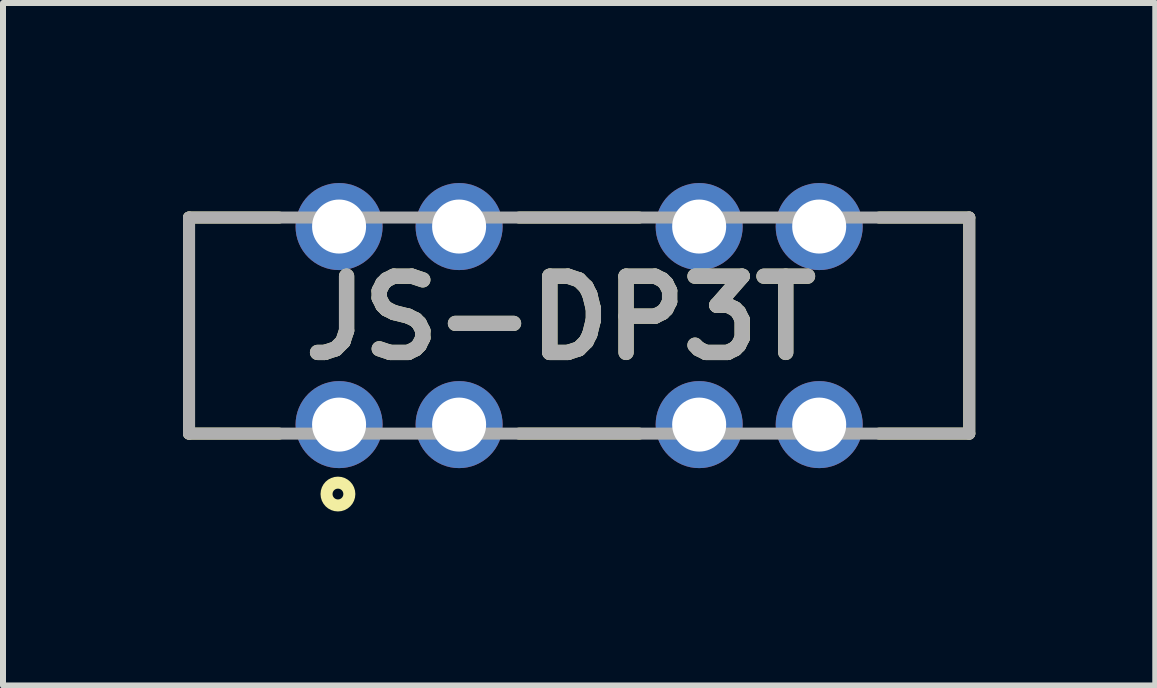
<source format=kicad_pcb>
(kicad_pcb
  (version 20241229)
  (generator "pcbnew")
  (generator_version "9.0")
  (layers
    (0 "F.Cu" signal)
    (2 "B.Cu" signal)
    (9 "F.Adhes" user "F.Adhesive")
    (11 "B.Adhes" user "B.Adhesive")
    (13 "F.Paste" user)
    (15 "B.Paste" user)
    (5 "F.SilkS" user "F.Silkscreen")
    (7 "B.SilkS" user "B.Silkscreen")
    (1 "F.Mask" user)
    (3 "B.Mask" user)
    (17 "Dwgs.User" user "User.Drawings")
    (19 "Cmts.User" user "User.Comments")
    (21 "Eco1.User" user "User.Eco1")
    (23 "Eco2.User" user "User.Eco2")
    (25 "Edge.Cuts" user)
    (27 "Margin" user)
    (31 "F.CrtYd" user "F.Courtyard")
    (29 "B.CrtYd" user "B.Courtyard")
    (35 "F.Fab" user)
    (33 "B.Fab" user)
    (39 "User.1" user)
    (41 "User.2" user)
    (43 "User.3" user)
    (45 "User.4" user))
  (footprint "JS-DP3T"
    (layer "F.Cu")
    (at 6.6 2.375)
    (property "Reference" "JS-DP3T" (at -0.307 -0.127 0) (layer "F.SilkS") (effects (font (size 1.27 1.27) (thickness 0.254))))
    (attr through_hole)
    (fp_line (start -6.5 -1.8) (end -6.5 1.8) (stroke (width 0.2) (type solid)) (layer "F.SilkS"))
    (fp_line (start -6.5 -1.8) (end -5 -1.8) (stroke (width 0.2) (type solid)) (layer "F.SilkS"))
    (fp_line (start -6.5 1.8) (end -5 1.8) (stroke (width 0.2) (type solid)) (layer "F.SilkS"))
    (fp_line (start -1 -1.8) (end 1 -1.8) (stroke (width 0.2) (type solid)) (layer "F.SilkS"))
    (fp_line (start -1 1.8) (end 1 1.8) (stroke (width 0.2) (type solid)) (layer "F.SilkS"))
    (fp_line (start 6.5 -1.8) (end 5 -1.8) (stroke (width 0.2) (type solid)) (layer "F.SilkS"))
    (fp_line (start 6.5 1.8) (end 5 1.8) (stroke (width 0.2) (type solid)) (layer "F.SilkS"))
    (fp_line (start 6.5 1.8) (end 6.5 -1.8) (stroke (width 0.2) (type solid)) (layer "F.SilkS"))
    (fp_circle (center -4.019 2.807) (end -4.019 2.897) (stroke (width 0.2) (type solid)) (fill no) (layer "F.SilkS"))
    (fp_line (start -6.5 -1.8) (end 6.5 -1.8) (stroke (width 0.2) (type solid)) (layer "F.Fab"))
    (fp_line (start -6.5 1.8) (end -6.5 -1.8) (stroke (width 0.2) (type solid)) (layer "F.Fab"))
    (fp_line (start 6.5 -1.8) (end 6.5 1.8) (stroke (width 0.2) (type solid)) (layer "F.Fab"))
    (fp_line (start 6.5 1.8) (end -6.5 1.8) (stroke (width 0.2) (type solid)) (layer "F.Fab"))
    (fp_text user "${REFERENCE}" (at -0.307 -0.127 0) (layer "F.Fab") (effects (font (size 1.27 1.27) (thickness 0.254))))
    (pad "1" thru_hole circle (at -4 1.65) (size 1.45 1.45) (drill 0.9) (layers "*.Cu" "*.Mask"))
    (pad "2" thru_hole circle (at -2 1.65) (size 1.45 1.45) (drill 0.9) (layers "*.Cu" "*.Mask"))
    (pad "3" thru_hole circle (at 2 1.65) (size 1.45 1.45) (drill 0.9) (layers "*.Cu" "*.Mask"))
    (pad "4" thru_hole circle (at 4 1.65) (size 1.45 1.45) (drill 0.9) (layers "*.Cu" "*.Mask"))
    (pad "5" thru_hole circle (at -4 -1.65) (size 1.45 1.45) (drill 0.9) (layers "*.Cu" "*.Mask"))
    (pad "6" thru_hole circle (at -2 -1.65) (size 1.45 1.45) (drill 0.9) (layers "*.Cu" "*.Mask"))
    (pad "7" thru_hole circle (at 2 -1.65) (size 1.45 1.45) (drill 0.9) (layers "*.Cu" "*.Mask"))
    (pad "8" thru_hole circle (at 4 -1.65) (size 1.45 1.45) (drill 0.9) (layers "*.Cu" "*.Mask")))
  (gr_rect
    (start -3 -3)
    (end 16.2 8.372)
    (stroke (width 0.1) (type default))
    (fill no)
    (layer "Edge.Cuts")))
</source>
